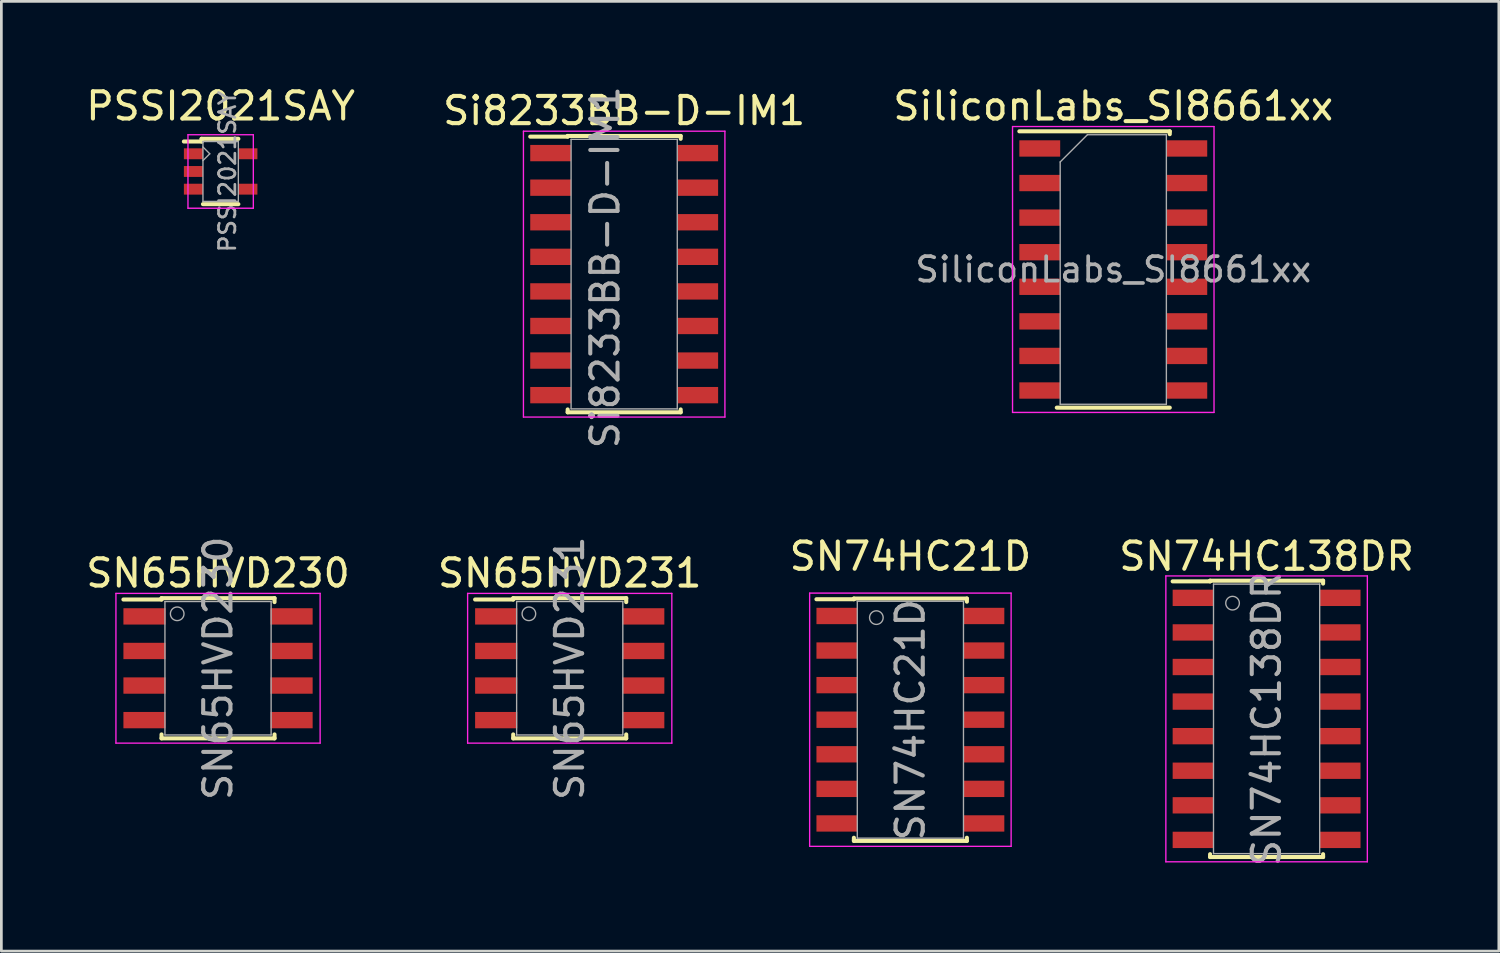
<source format=kicad_pcb>
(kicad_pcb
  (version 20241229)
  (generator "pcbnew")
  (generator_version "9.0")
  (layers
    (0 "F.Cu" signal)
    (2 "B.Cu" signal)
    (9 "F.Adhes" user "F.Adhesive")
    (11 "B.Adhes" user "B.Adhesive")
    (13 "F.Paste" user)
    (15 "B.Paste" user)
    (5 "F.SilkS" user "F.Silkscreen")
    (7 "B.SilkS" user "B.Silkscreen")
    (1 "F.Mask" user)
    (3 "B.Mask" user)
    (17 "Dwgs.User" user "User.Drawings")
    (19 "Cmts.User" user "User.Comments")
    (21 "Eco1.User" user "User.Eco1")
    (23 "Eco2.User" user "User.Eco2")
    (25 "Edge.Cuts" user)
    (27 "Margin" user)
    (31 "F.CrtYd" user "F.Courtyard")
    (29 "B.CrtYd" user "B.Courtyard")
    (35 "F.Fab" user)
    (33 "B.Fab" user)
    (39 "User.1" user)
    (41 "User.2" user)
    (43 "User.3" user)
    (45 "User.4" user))
  (footprint "SN65HVD231"
    (layer "F.Cu")
    (at 17.875 21.494)
    (property "Reference" "SN65HVD231" (at 0 0 90) (layer "F.Fab") (effects (font (size 1 1) (thickness 0.15))))
    (attr smd)
    (fp_line (start -2.075 -2.575) (end -2.075 -2.525) (stroke (width 0.15) (type solid)) (layer "F.SilkS"))
    (fp_line (start -2.075 -2.575) (end 2.075 -2.575) (stroke (width 0.15) (type solid)) (layer "F.SilkS"))
    (fp_line (start -2.075 -2.525) (end -3.475 -2.525) (stroke (width 0.15) (type solid)) (layer "F.SilkS"))
    (fp_line (start -2.075 2.575) (end -2.075 2.43) (stroke (width 0.15) (type solid)) (layer "F.SilkS"))
    (fp_line (start -2.075 2.575) (end 2.075 2.575) (stroke (width 0.15) (type solid)) (layer "F.SilkS"))
    (fp_line (start 2.075 -2.575) (end 2.075 -2.43) (stroke (width 0.15) (type solid)) (layer "F.SilkS"))
    (fp_line (start 2.075 2.575) (end 2.075 2.43) (stroke (width 0.15) (type solid)) (layer "F.SilkS"))
    (fp_line (start -3.75 -2.75) (end -3.75 2.75) (stroke (width 0.05) (type solid)) (layer "F.CrtYd"))
    (fp_line (start -3.75 -2.75) (end 3.75 -2.75) (stroke (width 0.05) (type solid)) (layer "F.CrtYd"))
    (fp_line (start -3.75 2.75) (end 3.75 2.75) (stroke (width 0.05) (type solid)) (layer "F.CrtYd"))
    (fp_line (start 3.75 -2.75) (end 3.75 2.75) (stroke (width 0.05) (type solid)) (layer "F.CrtYd"))
    (fp_line (start -1.95 -2.45) (end -1.95 2.45) (stroke (width 0.05) (type solid)) (layer "F.Fab"))
    (fp_line (start -1.95 2.45) (end 1.95 2.45) (stroke (width 0.05) (type solid)) (layer "F.Fab"))
    (fp_line (start 1.95 -2.45) (end -1.95 -2.45) (stroke (width 0.05) (type solid)) (layer "F.Fab"))
    (fp_line (start 1.95 2.45) (end 1.95 -2.45) (stroke (width 0.05) (type solid)) (layer "F.Fab"))
    (fp_circle (center -1.5 -2) (end -1.75 -2) (stroke (width 0.05) (type solid)) (fill no) (layer "F.Fab"))
    (fp_text user "${REFERENCE}" (at 0 -3.493 0) (layer "F.SilkS") (effects (font (size 1 1) (thickness 0.15))))
    (pad "1" smd rect (at -2.7 -1.905) (size 1.55 0.6) (layers "F.Cu" "F.Mask" "F.Paste"))
    (pad "2" smd rect (at -2.7 -0.635) (size 1.55 0.6) (layers "F.Cu" "F.Mask" "F.Paste"))
    (pad "3" smd rect (at -2.7 0.635) (size 1.55 0.6) (layers "F.Cu" "F.Mask" "F.Paste"))
    (pad "4" smd rect (at -2.7 1.905) (size 1.55 0.6) (layers "F.Cu" "F.Mask" "F.Paste"))
    (pad "5" smd rect (at 2.7 1.905) (size 1.55 0.6) (layers "F.Cu" "F.Mask" "F.Paste"))
    (pad "6" smd rect (at 2.7 0.635) (size 1.55 0.6) (layers "F.Cu" "F.Mask" "F.Paste"))
    (pad "7" smd rect (at 2.7 -0.635) (size 1.55 0.6) (layers "F.Cu" "F.Mask" "F.Paste"))
    (pad "8" smd rect (at 2.7 -1.905) (size 1.55 0.6) (layers "F.Cu" "F.Mask" "F.Paste")))
  (footprint "SN74HC21D"
    (layer "F.Cu")
    (at 30.387 23.384)
    (property "Reference" "SN74HC21D" (at 0 0 90) (layer "F.Fab") (effects (font (size 1 1) (thickness 0.15))))
    (attr smd)
    (fp_line (start -2.075 -4.45) (end -2.075 -4.425) (stroke (width 0.15) (type solid)) (layer "F.SilkS"))
    (fp_line (start -2.075 -4.45) (end 2.075 -4.45) (stroke (width 0.15) (type solid)) (layer "F.SilkS"))
    (fp_line (start -2.075 -4.425) (end -3.45 -4.425) (stroke (width 0.15) (type solid)) (layer "F.SilkS"))
    (fp_line (start -2.075 4.45) (end -2.075 4.335) (stroke (width 0.15) (type solid)) (layer "F.SilkS"))
    (fp_line (start -2.075 4.45) (end 2.075 4.45) (stroke (width 0.15) (type solid)) (layer "F.SilkS"))
    (fp_line (start 2.075 -4.45) (end 2.075 -4.335) (stroke (width 0.15) (type solid)) (layer "F.SilkS"))
    (fp_line (start 2.075 4.45) (end 2.075 4.335) (stroke (width 0.15) (type solid)) (layer "F.SilkS"))
    (fp_line (start -3.7 -4.65) (end -3.7 4.65) (stroke (width 0.05) (type solid)) (layer "F.CrtYd"))
    (fp_line (start -3.7 -4.65) (end 3.7 -4.65) (stroke (width 0.05) (type solid)) (layer "F.CrtYd"))
    (fp_line (start -3.7 4.65) (end 3.7 4.65) (stroke (width 0.05) (type solid)) (layer "F.CrtYd"))
    (fp_line (start 3.7 -4.65) (end 3.7 4.65) (stroke (width 0.05) (type solid)) (layer "F.CrtYd"))
    (fp_line (start -1.95 -4.35) (end -1.95 4.35) (stroke (width 0.05) (type solid)) (layer "F.Fab"))
    (fp_line (start -1.95 4.35) (end 1.95 4.35) (stroke (width 0.05) (type solid)) (layer "F.Fab"))
    (fp_line (start 1.95 -4.35) (end -1.95 -4.35) (stroke (width 0.05) (type solid)) (layer "F.Fab"))
    (fp_line (start 1.95 4.35) (end 1.95 -4.35) (stroke (width 0.05) (type solid)) (layer "F.Fab"))
    (fp_circle (center -1.25 -3.75) (end -1.5 -3.75) (stroke (width 0.05) (type solid)) (fill no) (layer "F.Fab"))
    (fp_text user "${REFERENCE}" (at 0 -6 0) (layer "F.SilkS") (effects (font (size 1 1) (thickness 0.15))))
    (pad "1" smd rect (at -2.7 -3.81) (size 1.5 0.6) (layers "F.Cu" "F.Mask" "F.Paste"))
    (pad "2" smd rect (at -2.7 -2.54) (size 1.5 0.6) (layers "F.Cu" "F.Mask" "F.Paste"))
    (pad "3" smd rect (at -2.7 -1.27) (size 1.5 0.6) (layers "F.Cu" "F.Mask" "F.Paste"))
    (pad "4" smd rect (at -2.7 0) (size 1.5 0.6) (layers "F.Cu" "F.Mask" "F.Paste"))
    (pad "5" smd rect (at -2.7 1.27) (size 1.5 0.6) (layers "F.Cu" "F.Mask" "F.Paste"))
    (pad "6" smd rect (at -2.7 2.54) (size 1.5 0.6) (layers "F.Cu" "F.Mask" "F.Paste"))
    (pad "7" smd rect (at -2.7 3.81) (size 1.5 0.6) (layers "F.Cu" "F.Mask" "F.Paste"))
    (pad "8" smd rect (at 2.7 3.81) (size 1.5 0.6) (layers "F.Cu" "F.Mask" "F.Paste"))
    (pad "9" smd rect (at 2.7 2.54) (size 1.5 0.6) (layers "F.Cu" "F.Mask" "F.Paste"))
    (pad "10" smd rect (at 2.7 1.27) (size 1.5 0.6) (layers "F.Cu" "F.Mask" "F.Paste"))
    (pad "11" smd rect (at 2.7 0) (size 1.5 0.6) (layers "F.Cu" "F.Mask" "F.Paste"))
    (pad "12" smd rect (at 2.7 -1.27) (size 1.5 0.6) (layers "F.Cu" "F.Mask" "F.Paste"))
    (pad "13" smd rect (at 2.7 -2.54) (size 1.5 0.6) (layers "F.Cu" "F.Mask" "F.Paste"))
    (pad "14" smd rect (at 2.7 -3.81) (size 1.5 0.6) (layers "F.Cu" "F.Mask" "F.Paste")))
  (footprint "SiliconLabs_SI8661xx"
    (layer "F.Cu")
    (at 37.839 6.848)
    (property "Reference" "SiliconLabs_SI8661xx" (at 0 -6 0) (layer "F.SilkS") (effects (font (size 1 1) (thickness 0.15))))
    (attr smd)
    (fp_line (start -3.45 -5.075) (end 2.075 -5.075) (stroke (width 0.15) (type solid)) (layer "F.SilkS"))
    (fp_line (start -2.075 5.075) (end 2.075 5.075) (stroke (width 0.15) (type solid)) (layer "F.SilkS"))
    (fp_line (start 2.075 -5.075) (end 2.075 -4.97) (stroke (width 0.15) (type solid)) (layer "F.SilkS"))
    (fp_line (start -3.7 -5.25) (end -3.7 5.25) (stroke (width 0.05) (type solid)) (layer "F.CrtYd"))
    (fp_line (start -3.7 -5.25) (end 3.7 -5.25) (stroke (width 0.05) (type solid)) (layer "F.CrtYd"))
    (fp_line (start -3.7 5.25) (end 3.7 5.25) (stroke (width 0.05) (type solid)) (layer "F.CrtYd"))
    (fp_line (start 3.7 -5.25) (end 3.7 5.25) (stroke (width 0.05) (type solid)) (layer "F.CrtYd"))
    (fp_line (start -1.95 -3.95) (end -0.95 -4.95) (stroke (width 0.05) (type solid)) (layer "F.Fab"))
    (fp_line (start -1.95 4.95) (end -1.95 -3.95) (stroke (width 0.05) (type solid)) (layer "F.Fab"))
    (fp_line (start -0.95 -4.95) (end 1.95 -4.95) (stroke (width 0.05) (type solid)) (layer "F.Fab"))
    (fp_line (start 1.95 -4.95) (end 1.95 4.95) (stroke (width 0.05) (type solid)) (layer "F.Fab"))
    (fp_line (start 1.95 4.95) (end -1.95 4.95) (stroke (width 0.05) (type solid)) (layer "F.Fab"))
    (fp_text user "${REFERENCE}" (at 0 0 0) (layer "F.Fab") (effects (font (size 0.9 0.9) (thickness 0.135))))
    (pad "1" smd rect (at -2.7 -4.445) (size 1.5 0.6) (layers "F.Cu" "F.Mask" "F.Paste"))
    (pad "2" smd rect (at -2.7 -3.175) (size 1.5 0.6) (layers "F.Cu" "F.Mask" "F.Paste"))
    (pad "3" smd rect (at -2.7 -1.905) (size 1.5 0.6) (layers "F.Cu" "F.Mask" "F.Paste"))
    (pad "4" smd rect (at -2.7 -0.635) (size 1.5 0.6) (layers "F.Cu" "F.Mask" "F.Paste"))
    (pad "5" smd rect (at -2.7 0.635) (size 1.5 0.6) (layers "F.Cu" "F.Mask" "F.Paste"))
    (pad "6" smd rect (at -2.7 1.905) (size 1.5 0.6) (layers "F.Cu" "F.Mask" "F.Paste"))
    (pad "7" smd rect (at -2.7 3.175) (size 1.5 0.6) (layers "F.Cu" "F.Mask" "F.Paste"))
    (pad "8" smd rect (at -2.7 4.445) (size 1.5 0.6) (layers "F.Cu" "F.Mask" "F.Paste"))
    (pad "9" smd rect (at 2.7 4.445) (size 1.5 0.6) (layers "F.Cu" "F.Mask" "F.Paste"))
    (pad "10" smd rect (at 2.7 3.175) (size 1.5 0.6) (layers "F.Cu" "F.Mask" "F.Paste"))
    (pad "11" smd rect (at 2.7 1.905) (size 1.5 0.6) (layers "F.Cu" "F.Mask" "F.Paste"))
    (pad "12" smd rect (at 2.7 0.635) (size 1.5 0.6) (layers "F.Cu" "F.Mask" "F.Paste"))
    (pad "13" smd rect (at 2.7 -0.635) (size 1.5 0.6) (layers "F.Cu" "F.Mask" "F.Paste"))
    (pad "14" smd rect (at 2.7 -1.905) (size 1.5 0.6) (layers "F.Cu" "F.Mask" "F.Paste"))
    (pad "15" smd rect (at 2.7 -3.175) (size 1.5 0.6) (layers "F.Cu" "F.Mask" "F.Paste"))
    (pad "16" smd rect (at 2.7 -4.445) (size 1.5 0.6) (layers "F.Cu" "F.Mask" "F.Paste")))
  (footprint "SN74HC138DR"
    (layer "F.Cu")
    (at 43.47 23.353)
    (property "Reference" "SN74HC138DR" (at 0 0 90) (layer "F.Fab") (effects (font (size 1 1) (thickness 0.15))))
    (attr smd)
    (fp_line (start -2.075 -5.075) (end -2.075 -5.05) (stroke (width 0.15) (type solid)) (layer "F.SilkS"))
    (fp_line (start -2.075 -5.075) (end 2.075 -5.075) (stroke (width 0.15) (type solid)) (layer "F.SilkS"))
    (fp_line (start -2.075 -5.05) (end -3.45 -5.05) (stroke (width 0.15) (type solid)) (layer "F.SilkS"))
    (fp_line (start -2.075 5.075) (end -2.075 4.97) (stroke (width 0.15) (type solid)) (layer "F.SilkS"))
    (fp_line (start -2.075 5.075) (end 2.075 5.075) (stroke (width 0.15) (type solid)) (layer "F.SilkS"))
    (fp_line (start 2.075 -5.075) (end 2.075 -4.97) (stroke (width 0.15) (type solid)) (layer "F.SilkS"))
    (fp_line (start 2.075 5.075) (end 2.075 4.97) (stroke (width 0.15) (type solid)) (layer "F.SilkS"))
    (fp_line (start -3.7 -5.25) (end -3.7 5.25) (stroke (width 0.05) (type solid)) (layer "F.CrtYd"))
    (fp_line (start -3.7 -5.25) (end 3.7 -5.25) (stroke (width 0.05) (type solid)) (layer "F.CrtYd"))
    (fp_line (start -3.7 5.25) (end 3.7 5.25) (stroke (width 0.05) (type solid)) (layer "F.CrtYd"))
    (fp_line (start 3.7 -5.25) (end 3.7 5.25) (stroke (width 0.05) (type solid)) (layer "F.CrtYd"))
    (fp_line (start -1.95 -4.95) (end -1.95 4.95) (stroke (width 0.05) (type solid)) (layer "F.Fab"))
    (fp_line (start -1.95 4.95) (end 1.95 4.95) (stroke (width 0.05) (type solid)) (layer "F.Fab"))
    (fp_line (start 1.95 -4.95) (end -1.95 -4.95) (stroke (width 0.05) (type solid)) (layer "F.Fab"))
    (fp_line (start 1.95 4.95) (end 1.95 -4.95) (stroke (width 0.05) (type solid)) (layer "F.Fab"))
    (fp_circle (center -1.25 -4.25) (end -1.5 -4.25) (stroke (width 0.05) (type solid)) (fill no) (layer "F.Fab"))
    (fp_text user "${REFERENCE}" (at 0 -5.969 0) (layer "F.SilkS") (effects (font (size 1 1) (thickness 0.15))))
    (pad "1" smd rect (at -2.7 -4.445) (size 1.5 0.6) (layers "F.Cu" "F.Mask" "F.Paste"))
    (pad "2" smd rect (at -2.7 -3.175) (size 1.5 0.6) (layers "F.Cu" "F.Mask" "F.Paste"))
    (pad "3" smd rect (at -2.7 -1.905) (size 1.5 0.6) (layers "F.Cu" "F.Mask" "F.Paste"))
    (pad "4" smd rect (at -2.7 -0.635) (size 1.5 0.6) (layers "F.Cu" "F.Mask" "F.Paste"))
    (pad "5" smd rect (at -2.7 0.635) (size 1.5 0.6) (layers "F.Cu" "F.Mask" "F.Paste"))
    (pad "6" smd rect (at -2.7 1.905) (size 1.5 0.6) (layers "F.Cu" "F.Mask" "F.Paste"))
    (pad "7" smd rect (at -2.7 3.175) (size 1.5 0.6) (layers "F.Cu" "F.Mask" "F.Paste"))
    (pad "8" smd rect (at -2.7 4.445) (size 1.5 0.6) (layers "F.Cu" "F.Mask" "F.Paste"))
    (pad "9" smd rect (at 2.7 4.445) (size 1.5 0.6) (layers "F.Cu" "F.Mask" "F.Paste"))
    (pad "10" smd rect (at 2.7 3.175) (size 1.5 0.6) (layers "F.Cu" "F.Mask" "F.Paste"))
    (pad "11" smd rect (at 2.7 1.905) (size 1.5 0.6) (layers "F.Cu" "F.Mask" "F.Paste"))
    (pad "12" smd rect (at 2.7 0.635) (size 1.5 0.6) (layers "F.Cu" "F.Mask" "F.Paste"))
    (pad "13" smd rect (at 2.7 -0.635) (size 1.5 0.6) (layers "F.Cu" "F.Mask" "F.Paste"))
    (pad "14" smd rect (at 2.7 -1.905) (size 1.5 0.6) (layers "F.Cu" "F.Mask" "F.Paste"))
    (pad "15" smd rect (at 2.7 -3.175) (size 1.5 0.6) (layers "F.Cu" "F.Mask" "F.Paste"))
    (pad "16" smd rect (at 2.7 -4.445) (size 1.5 0.6) (layers "F.Cu" "F.Mask" "F.Paste")))
  (footprint "PSSI2021SAY"
    (layer "F.Cu")
    (at 5.054 3.248)
    (property "Reference" "PSSI2021SAY" (at 0.25 0 90) (layer "F.Fab") (effects (font (size 0.6 0.6) (thickness 0.1))))
    (attr smd)
    (fp_line (start -0.7 -1.2) (end -0.7 -1.1) (stroke (width 0.15) (type solid)) (layer "F.SilkS"))
    (fp_line (start -0.7 -1.1) (end -1.35 -1.1) (stroke (width 0.15) (type solid)) (layer "F.SilkS"))
    (fp_line (start -0.65 1.2) (end 0.65 1.2) (stroke (width 0.15) (type solid)) (layer "F.SilkS"))
    (fp_line (start 0.65 -1.2) (end -0.7 -1.2) (stroke (width 0.15) (type solid)) (layer "F.SilkS"))
    (fp_line (start -1.2 -1.35) (end 1.2 -1.35) (stroke (width 0.05) (type solid)) (layer "F.CrtYd"))
    (fp_line (start -1.2 1.35) (end -1.2 -1.35) (stroke (width 0.05) (type solid)) (layer "F.CrtYd"))
    (fp_line (start 1.2 -1.35) (end 1.2 1.35) (stroke (width 0.05) (type solid)) (layer "F.CrtYd"))
    (fp_line (start 1.2 1.35) (end -1.2 1.35) (stroke (width 0.05) (type solid)) (layer "F.CrtYd"))
    (fp_line (start -0.65 -1.1) (end 0.65 -1.1) (stroke (width 0.05) (type solid)) (layer "F.Fab"))
    (fp_line (start -0.65 -0.9) (end -0.4 -0.65) (stroke (width 0.05) (type solid)) (layer "F.Fab"))
    (fp_line (start -0.65 1.1) (end -0.65 -1.1) (stroke (width 0.05) (type solid)) (layer "F.Fab"))
    (fp_line (start -0.4 -0.65) (end -0.65 -0.4) (stroke (width 0.05) (type solid)) (layer "F.Fab"))
    (fp_line (start 0.65 -1.1) (end 0.65 1.1) (stroke (width 0.05) (type solid)) (layer "F.Fab"))
    (fp_line (start 0.65 1.1) (end -0.65 1.1) (stroke (width 0.05) (type solid)) (layer "F.Fab"))
    (fp_text user "${REFERENCE}" (at 0 -2.4 0) (layer "F.SilkS") (effects (font (size 1 1) (thickness 0.15))))
    (pad "1" smd rect (at -1 -0.65) (size 0.7 0.4) (layers "F.Cu" "F.Mask" "F.Paste"))
    (pad "2" smd rect (at -1 0) (size 0.7 0.4) (layers "F.Cu" "F.Mask" "F.Paste"))
    (pad "3" smd rect (at -1 0.65) (size 0.7 0.4) (layers "F.Cu" "F.Mask" "F.Paste"))
    (pad "4" smd rect (at 1 0.65) (size 0.7 0.4) (layers "F.Cu" "F.Mask" "F.Paste"))
    (pad "5" smd rect (at 1 -0.65) (size 0.7 0.4) (layers "F.Cu" "F.Mask" "F.Paste")))
  (footprint "SN65HVD230"
    (layer "F.Cu")
    (at 4.958 21.494)
    (property "Reference" "SN65HVD230" (at 0 0 90) (layer "F.Fab") (effects (font (size 1 1) (thickness 0.15))))
    (attr smd)
    (fp_line (start -2.075 -2.575) (end -2.075 -2.525) (stroke (width 0.15) (type solid)) (layer "F.SilkS"))
    (fp_line (start -2.075 -2.575) (end 2.075 -2.575) (stroke (width 0.15) (type solid)) (layer "F.SilkS"))
    (fp_line (start -2.075 -2.525) (end -3.475 -2.525) (stroke (width 0.15) (type solid)) (layer "F.SilkS"))
    (fp_line (start -2.075 2.575) (end -2.075 2.43) (stroke (width 0.15) (type solid)) (layer "F.SilkS"))
    (fp_line (start -2.075 2.575) (end 2.075 2.575) (stroke (width 0.15) (type solid)) (layer "F.SilkS"))
    (fp_line (start 2.075 -2.575) (end 2.075 -2.43) (stroke (width 0.15) (type solid)) (layer "F.SilkS"))
    (fp_line (start 2.075 2.575) (end 2.075 2.43) (stroke (width 0.15) (type solid)) (layer "F.SilkS"))
    (fp_line (start -3.75 -2.75) (end -3.75 2.75) (stroke (width 0.05) (type solid)) (layer "F.CrtYd"))
    (fp_line (start -3.75 -2.75) (end 3.75 -2.75) (stroke (width 0.05) (type solid)) (layer "F.CrtYd"))
    (fp_line (start -3.75 2.75) (end 3.75 2.75) (stroke (width 0.05) (type solid)) (layer "F.CrtYd"))
    (fp_line (start 3.75 -2.75) (end 3.75 2.75) (stroke (width 0.05) (type solid)) (layer "F.CrtYd"))
    (fp_line (start -1.95 -2.45) (end -1.95 2.45) (stroke (width 0.05) (type solid)) (layer "F.Fab"))
    (fp_line (start -1.95 2.45) (end 1.95 2.45) (stroke (width 0.05) (type solid)) (layer "F.Fab"))
    (fp_line (start 1.95 -2.45) (end -1.95 -2.45) (stroke (width 0.05) (type solid)) (layer "F.Fab"))
    (fp_line (start 1.95 2.45) (end 1.95 -2.45) (stroke (width 0.05) (type solid)) (layer "F.Fab"))
    (fp_circle (center -1.5 -2) (end -1.75 -2) (stroke (width 0.05) (type solid)) (fill no) (layer "F.Fab"))
    (fp_text user "${REFERENCE}" (at 0 -3.493 0) (layer "F.SilkS") (effects (font (size 1 1) (thickness 0.15))))
    (pad "1" smd rect (at -2.7 -1.905) (size 1.55 0.6) (layers "F.Cu" "F.Mask" "F.Paste"))
    (pad "2" smd rect (at -2.7 -0.635) (size 1.55 0.6) (layers "F.Cu" "F.Mask" "F.Paste"))
    (pad "3" smd rect (at -2.7 0.635) (size 1.55 0.6) (layers "F.Cu" "F.Mask" "F.Paste"))
    (pad "4" smd rect (at -2.7 1.905) (size 1.55 0.6) (layers "F.Cu" "F.Mask" "F.Paste"))
    (pad "5" smd rect (at 2.7 1.905) (size 1.55 0.6) (layers "F.Cu" "F.Mask" "F.Paste"))
    (pad "6" smd rect (at 2.7 0.635) (size 1.55 0.6) (layers "F.Cu" "F.Mask" "F.Paste"))
    (pad "7" smd rect (at 2.7 -0.635) (size 1.55 0.6) (layers "F.Cu" "F.Mask" "F.Paste"))
    (pad "8" smd rect (at 2.7 -1.905) (size 1.55 0.6) (layers "F.Cu" "F.Mask" "F.Paste")))
  (footprint "Si8233BB-D-IM1"
    (layer "F.Cu")
    (at 19.875 7.018)
    (property "Reference" "Si8233BB-D-IM1" (at 0 -6 0) (layer "F.SilkS") (effects (font (size 1 1) (thickness 0.15))))
    (attr smd)
    (fp_line (start -2.075 -5.075) (end -2.075 -5.05) (stroke (width 0.15) (type solid)) (layer "F.SilkS"))
    (fp_line (start -2.075 -5.075) (end 2.075 -5.075) (stroke (width 0.15) (type solid)) (layer "F.SilkS"))
    (fp_line (start -2.075 -5.05) (end -3.45 -5.05) (stroke (width 0.15) (type solid)) (layer "F.SilkS"))
    (fp_line (start -2.075 5.075) (end -2.075 4.97) (stroke (width 0.15) (type solid)) (layer "F.SilkS"))
    (fp_line (start -2.075 5.075) (end 2.075 5.075) (stroke (width 0.15) (type solid)) (layer "F.SilkS"))
    (fp_line (start 2.075 -5.075) (end 2.075 -4.97) (stroke (width 0.15) (type solid)) (layer "F.SilkS"))
    (fp_line (start 2.075 5.075) (end 2.075 4.97) (stroke (width 0.15) (type solid)) (layer "F.SilkS"))
    (fp_line (start -3.7 -5.25) (end -3.7 5.25) (stroke (width 0.05) (type solid)) (layer "F.CrtYd"))
    (fp_line (start -3.7 -5.25) (end 3.7 -5.25) (stroke (width 0.05) (type solid)) (layer "F.CrtYd"))
    (fp_line (start -3.7 5.25) (end 3.7 5.25) (stroke (width 0.05) (type solid)) (layer "F.CrtYd"))
    (fp_line (start 3.7 -5.25) (end 3.7 5.25) (stroke (width 0.05) (type solid)) (layer "F.CrtYd"))
    (fp_line (start -1.95 -4.95) (end 1.95 -4.95) (stroke (width 0.05) (type solid)) (layer "F.Fab"))
    (fp_line (start -1.95 4.95) (end -1.95 -4.95) (stroke (width 0.05) (type solid)) (layer "F.Fab"))
    (fp_line (start 1.95 -4.95) (end 1.95 4.95) (stroke (width 0.05) (type solid)) (layer "F.Fab"))
    (fp_line (start 1.95 4.95) (end -1.95 4.95) (stroke (width 0.05) (type solid)) (layer "F.Fab"))
    (fp_text user "${REFERENCE}" (at -0.7 -0.25 90) (layer "F.Fab") (effects (font (size 1 1) (thickness 0.15))))
    (pad "1" smd rect (at -2.7 -4.445) (size 1.5 0.6) (layers "F.Cu" "F.Mask" "F.Paste"))
    (pad "2" smd rect (at -2.7 -3.175) (size 1.5 0.6) (layers "F.Cu" "F.Mask" "F.Paste"))
    (pad "3" smd rect (at -2.7 -1.905) (size 1.5 0.6) (layers "F.Cu" "F.Mask" "F.Paste"))
    (pad "4" smd rect (at -2.7 -0.635) (size 1.5 0.6) (layers "F.Cu" "F.Mask" "F.Paste"))
    (pad "5" smd rect (at -2.7 0.635) (size 1.5 0.6) (layers "F.Cu" "F.Mask" "F.Paste"))
    (pad "6" smd rect (at -2.7 1.905) (size 1.5 0.6) (layers "F.Cu" "F.Mask" "F.Paste"))
    (pad "7" smd rect (at -2.7 3.175) (size 1.5 0.6) (layers "F.Cu" "F.Mask" "F.Paste"))
    (pad "8" smd rect (at -2.7 4.445) (size 1.5 0.6) (layers "F.Cu" "F.Mask" "F.Paste"))
    (pad "9" smd rect (at 2.7 4.445) (size 1.5 0.6) (layers "F.Cu" "F.Mask" "F.Paste"))
    (pad "10" smd rect (at 2.7 3.175) (size 1.5 0.6) (layers "F.Cu" "F.Mask" "F.Paste"))
    (pad "11" smd rect (at 2.7 1.905) (size 1.5 0.6) (layers "F.Cu" "F.Mask" "F.Paste"))
    (pad "12" smd rect (at 2.7 0.635) (size 1.5 0.6) (layers "F.Cu" "F.Mask" "F.Paste"))
    (pad "13" smd rect (at 2.7 -0.635) (size 1.5 0.6) (layers "F.Cu" "F.Mask" "F.Paste"))
    (pad "14" smd rect (at 2.7 -1.905) (size 1.5 0.6) (layers "F.Cu" "F.Mask" "F.Paste"))
    (pad "15" smd rect (at 2.7 -3.175) (size 1.5 0.6) (layers "F.Cu" "F.Mask" "F.Paste"))
    (pad "16" smd rect (at 2.7 -4.445) (size 1.5 0.6) (layers "F.Cu" "F.Mask" "F.Paste")))
  (gr_rect
    (start -3 -3)
    (end 52 31.883)
    (stroke (width 0.1) (type default))
    (fill no)
    (layer "Edge.Cuts")))
</source>
